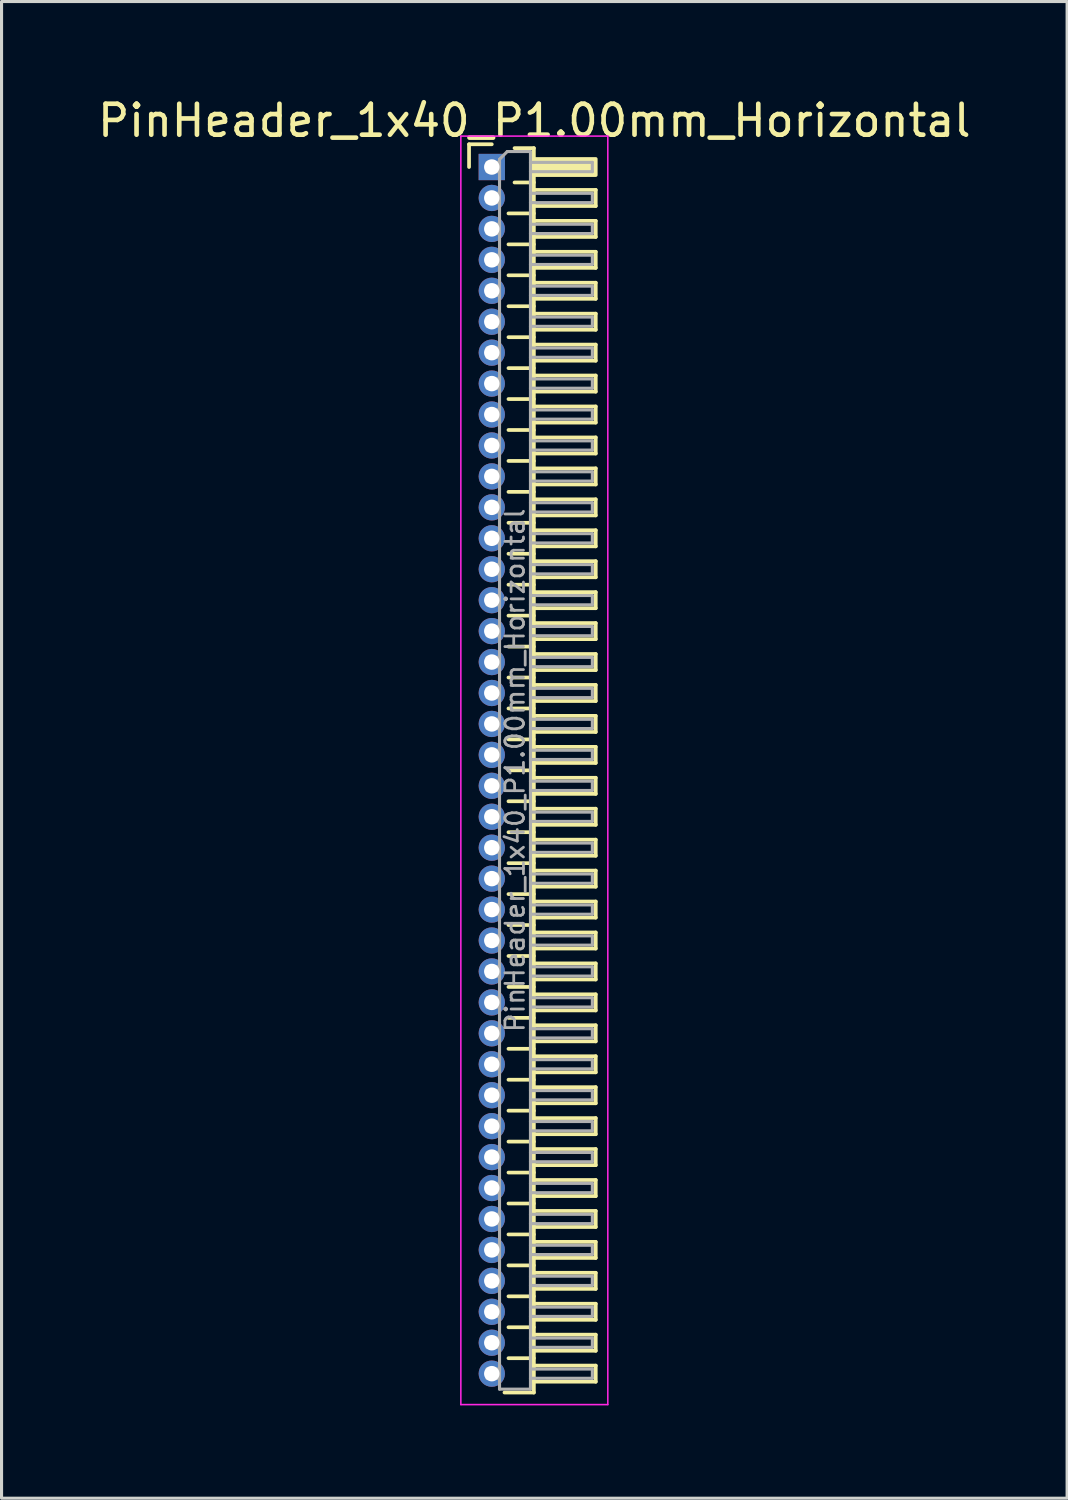
<source format=kicad_pcb>
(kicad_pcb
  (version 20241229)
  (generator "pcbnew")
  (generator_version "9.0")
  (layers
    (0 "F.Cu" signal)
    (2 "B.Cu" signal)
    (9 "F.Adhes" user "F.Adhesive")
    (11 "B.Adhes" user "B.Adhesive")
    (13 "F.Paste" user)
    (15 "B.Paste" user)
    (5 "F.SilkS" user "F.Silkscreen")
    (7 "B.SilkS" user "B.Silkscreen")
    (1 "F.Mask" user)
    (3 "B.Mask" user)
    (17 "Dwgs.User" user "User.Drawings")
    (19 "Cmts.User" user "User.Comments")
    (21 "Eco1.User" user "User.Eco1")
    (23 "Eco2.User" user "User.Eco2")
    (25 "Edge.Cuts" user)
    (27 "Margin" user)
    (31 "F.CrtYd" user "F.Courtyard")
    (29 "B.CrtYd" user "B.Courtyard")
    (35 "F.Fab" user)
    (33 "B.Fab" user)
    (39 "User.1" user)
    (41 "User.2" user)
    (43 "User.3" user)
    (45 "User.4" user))
  (footprint "PinHeader_1x40_P1.00mm_Horizontal"
    (layer "F.Cu")
    (at 12.845 2.348)
    (property "Reference" "PinHeader_1x40_P1.00mm_Horizontal" (at 1.375 -1.5 0) (layer "F.SilkS") (effects (font (size 1 1) (thickness 0.15))))
    (attr through_hole)
    (fp_line (start -0.735 -0.735) (end 0 -0.735) (stroke (width 0.12) (type solid)) (layer "F.SilkS"))
    (fp_line (start -0.735 0) (end -0.735 -0.735) (stroke (width 0.12) (type solid)) (layer "F.SilkS"))
    (fp_line (start 0.539 1.5) (end 1.36 1.5) (stroke (width 0.12) (type solid)) (layer "F.SilkS"))
    (fp_line (start 0.539 2.5) (end 1.36 2.5) (stroke (width 0.12) (type solid)) (layer "F.SilkS"))
    (fp_line (start 0.539 3.5) (end 1.36 3.5) (stroke (width 0.12) (type solid)) (layer "F.SilkS"))
    (fp_line (start 0.539 4.5) (end 1.36 4.5) (stroke (width 0.12) (type solid)) (layer "F.SilkS"))
    (fp_line (start 0.539 5.5) (end 1.36 5.5) (stroke (width 0.12) (type solid)) (layer "F.SilkS"))
    (fp_line (start 0.539 6.5) (end 1.36 6.5) (stroke (width 0.12) (type solid)) (layer "F.SilkS"))
    (fp_line (start 0.539 7.5) (end 1.36 7.5) (stroke (width 0.12) (type solid)) (layer "F.SilkS"))
    (fp_line (start 0.539 8.5) (end 1.36 8.5) (stroke (width 0.12) (type solid)) (layer "F.SilkS"))
    (fp_line (start 0.539 9.5) (end 1.36 9.5) (stroke (width 0.12) (type solid)) (layer "F.SilkS"))
    (fp_line (start 0.539 10.5) (end 1.36 10.5) (stroke (width 0.12) (type solid)) (layer "F.SilkS"))
    (fp_line (start 0.539 11.5) (end 1.36 11.5) (stroke (width 0.12) (type solid)) (layer "F.SilkS"))
    (fp_line (start 0.539 12.5) (end 1.36 12.5) (stroke (width 0.12) (type solid)) (layer "F.SilkS"))
    (fp_line (start 0.539 13.5) (end 1.36 13.5) (stroke (width 0.12) (type solid)) (layer "F.SilkS"))
    (fp_line (start 0.539 14.5) (end 1.36 14.5) (stroke (width 0.12) (type solid)) (layer "F.SilkS"))
    (fp_line (start 0.539 15.5) (end 1.36 15.5) (stroke (width 0.12) (type solid)) (layer "F.SilkS"))
    (fp_line (start 0.539 16.5) (end 1.36 16.5) (stroke (width 0.12) (type solid)) (layer "F.SilkS"))
    (fp_line (start 0.539 17.5) (end 1.36 17.5) (stroke (width 0.12) (type solid)) (layer "F.SilkS"))
    (fp_line (start 0.539 18.5) (end 1.36 18.5) (stroke (width 0.12) (type solid)) (layer "F.SilkS"))
    (fp_line (start 0.539 19.5) (end 1.36 19.5) (stroke (width 0.12) (type solid)) (layer "F.SilkS"))
    (fp_line (start 0.539 20.5) (end 1.36 20.5) (stroke (width 0.12) (type solid)) (layer "F.SilkS"))
    (fp_line (start 0.539 21.5) (end 1.36 21.5) (stroke (width 0.12) (type solid)) (layer "F.SilkS"))
    (fp_line (start 0.539 22.5) (end 1.36 22.5) (stroke (width 0.12) (type solid)) (layer "F.SilkS"))
    (fp_line (start 0.539 23.5) (end 1.36 23.5) (stroke (width 0.12) (type solid)) (layer "F.SilkS"))
    (fp_line (start 0.539 24.5) (end 1.36 24.5) (stroke (width 0.12) (type solid)) (layer "F.SilkS"))
    (fp_line (start 0.539 25.5) (end 1.36 25.5) (stroke (width 0.12) (type solid)) (layer "F.SilkS"))
    (fp_line (start 0.539 26.5) (end 1.36 26.5) (stroke (width 0.12) (type solid)) (layer "F.SilkS"))
    (fp_line (start 0.539 27.5) (end 1.36 27.5) (stroke (width 0.12) (type solid)) (layer "F.SilkS"))
    (fp_line (start 0.539 28.5) (end 1.36 28.5) (stroke (width 0.12) (type solid)) (layer "F.SilkS"))
    (fp_line (start 0.539 29.5) (end 1.36 29.5) (stroke (width 0.12) (type solid)) (layer "F.SilkS"))
    (fp_line (start 0.539 30.5) (end 1.36 30.5) (stroke (width 0.12) (type solid)) (layer "F.SilkS"))
    (fp_line (start 0.539 31.5) (end 1.36 31.5) (stroke (width 0.12) (type solid)) (layer "F.SilkS"))
    (fp_line (start 0.539 32.5) (end 1.36 32.5) (stroke (width 0.12) (type solid)) (layer "F.SilkS"))
    (fp_line (start 0.539 33.5) (end 1.36 33.5) (stroke (width 0.12) (type solid)) (layer "F.SilkS"))
    (fp_line (start 0.539 34.5) (end 1.36 34.5) (stroke (width 0.12) (type solid)) (layer "F.SilkS"))
    (fp_line (start 0.539 35.5) (end 1.36 35.5) (stroke (width 0.12) (type solid)) (layer "F.SilkS"))
    (fp_line (start 0.539 36.5) (end 1.36 36.5) (stroke (width 0.12) (type solid)) (layer "F.SilkS"))
    (fp_line (start 0.539 37.5) (end 1.36 37.5) (stroke (width 0.12) (type solid)) (layer "F.SilkS"))
    (fp_line (start 0.539 38.5) (end 1.36 38.5) (stroke (width 0.12) (type solid)) (layer "F.SilkS"))
    (fp_line (start 0.735 -0.61) (end 1.36 -0.61) (stroke (width 0.12) (type solid)) (layer "F.SilkS"))
    (fp_line (start 0.735 0.5) (end 1.36 0.5) (stroke (width 0.12) (type solid)) (layer "F.SilkS"))
    (fp_line (start 1.36 -0.61) (end 1.36 39.61) (stroke (width 0.12) (type solid)) (layer "F.SilkS"))
    (fp_line (start 1.36 0.74) (end 3.36 0.74) (stroke (width 0.12) (type solid)) (layer "F.SilkS"))
    (fp_line (start 1.36 1.74) (end 3.36 1.74) (stroke (width 0.12) (type solid)) (layer "F.SilkS"))
    (fp_line (start 1.36 2.74) (end 3.36 2.74) (stroke (width 0.12) (type solid)) (layer "F.SilkS"))
    (fp_line (start 1.36 3.74) (end 3.36 3.74) (stroke (width 0.12) (type solid)) (layer "F.SilkS"))
    (fp_line (start 1.36 4.74) (end 3.36 4.74) (stroke (width 0.12) (type solid)) (layer "F.SilkS"))
    (fp_line (start 1.36 5.74) (end 3.36 5.74) (stroke (width 0.12) (type solid)) (layer "F.SilkS"))
    (fp_line (start 1.36 6.74) (end 3.36 6.74) (stroke (width 0.12) (type solid)) (layer "F.SilkS"))
    (fp_line (start 1.36 7.74) (end 3.36 7.74) (stroke (width 0.12) (type solid)) (layer "F.SilkS"))
    (fp_line (start 1.36 8.74) (end 3.36 8.74) (stroke (width 0.12) (type solid)) (layer "F.SilkS"))
    (fp_line (start 1.36 9.74) (end 3.36 9.74) (stroke (width 0.12) (type solid)) (layer "F.SilkS"))
    (fp_line (start 1.36 10.74) (end 3.36 10.74) (stroke (width 0.12) (type solid)) (layer "F.SilkS"))
    (fp_line (start 1.36 11.74) (end 3.36 11.74) (stroke (width 0.12) (type solid)) (layer "F.SilkS"))
    (fp_line (start 1.36 12.74) (end 3.36 12.74) (stroke (width 0.12) (type solid)) (layer "F.SilkS"))
    (fp_line (start 1.36 13.74) (end 3.36 13.74) (stroke (width 0.12) (type solid)) (layer "F.SilkS"))
    (fp_line (start 1.36 14.74) (end 3.36 14.74) (stroke (width 0.12) (type solid)) (layer "F.SilkS"))
    (fp_line (start 1.36 15.74) (end 3.36 15.74) (stroke (width 0.12) (type solid)) (layer "F.SilkS"))
    (fp_line (start 1.36 16.74) (end 3.36 16.74) (stroke (width 0.12) (type solid)) (layer "F.SilkS"))
    (fp_line (start 1.36 17.74) (end 3.36 17.74) (stroke (width 0.12) (type solid)) (layer "F.SilkS"))
    (fp_line (start 1.36 18.74) (end 3.36 18.74) (stroke (width 0.12) (type solid)) (layer "F.SilkS"))
    (fp_line (start 1.36 19.74) (end 3.36 19.74) (stroke (width 0.12) (type solid)) (layer "F.SilkS"))
    (fp_line (start 1.36 20.74) (end 3.36 20.74) (stroke (width 0.12) (type solid)) (layer "F.SilkS"))
    (fp_line (start 1.36 21.74) (end 3.36 21.74) (stroke (width 0.12) (type solid)) (layer "F.SilkS"))
    (fp_line (start 1.36 22.74) (end 3.36 22.74) (stroke (width 0.12) (type solid)) (layer "F.SilkS"))
    (fp_line (start 1.36 23.74) (end 3.36 23.74) (stroke (width 0.12) (type solid)) (layer "F.SilkS"))
    (fp_line (start 1.36 24.74) (end 3.36 24.74) (stroke (width 0.12) (type solid)) (layer "F.SilkS"))
    (fp_line (start 1.36 25.74) (end 3.36 25.74) (stroke (width 0.12) (type solid)) (layer "F.SilkS"))
    (fp_line (start 1.36 26.74) (end 3.36 26.74) (stroke (width 0.12) (type solid)) (layer "F.SilkS"))
    (fp_line (start 1.36 27.74) (end 3.36 27.74) (stroke (width 0.12) (type solid)) (layer "F.SilkS"))
    (fp_line (start 1.36 28.74) (end 3.36 28.74) (stroke (width 0.12) (type solid)) (layer "F.SilkS"))
    (fp_line (start 1.36 29.74) (end 3.36 29.74) (stroke (width 0.12) (type solid)) (layer "F.SilkS"))
    (fp_line (start 1.36 30.74) (end 3.36 30.74) (stroke (width 0.12) (type solid)) (layer "F.SilkS"))
    (fp_line (start 1.36 31.74) (end 3.36 31.74) (stroke (width 0.12) (type solid)) (layer "F.SilkS"))
    (fp_line (start 1.36 32.74) (end 3.36 32.74) (stroke (width 0.12) (type solid)) (layer "F.SilkS"))
    (fp_line (start 1.36 33.74) (end 3.36 33.74) (stroke (width 0.12) (type solid)) (layer "F.SilkS"))
    (fp_line (start 1.36 34.74) (end 3.36 34.74) (stroke (width 0.12) (type solid)) (layer "F.SilkS"))
    (fp_line (start 1.36 35.74) (end 3.36 35.74) (stroke (width 0.12) (type solid)) (layer "F.SilkS"))
    (fp_line (start 1.36 36.74) (end 3.36 36.74) (stroke (width 0.12) (type solid)) (layer "F.SilkS"))
    (fp_line (start 1.36 37.74) (end 3.36 37.74) (stroke (width 0.12) (type solid)) (layer "F.SilkS"))
    (fp_line (start 1.36 38.74) (end 3.36 38.74) (stroke (width 0.12) (type solid)) (layer "F.SilkS"))
    (fp_line (start 1.36 39.61) (end 0.41 39.61) (stroke (width 0.12) (type solid)) (layer "F.SilkS"))
    (fp_line (start 3.36 0.74) (end 3.36 1.26) (stroke (width 0.12) (type solid)) (layer "F.SilkS"))
    (fp_line (start 3.36 1.26) (end 1.36 1.26) (stroke (width 0.12) (type solid)) (layer "F.SilkS"))
    (fp_line (start 3.36 1.74) (end 3.36 2.26) (stroke (width 0.12) (type solid)) (layer "F.SilkS"))
    (fp_line (start 3.36 2.26) (end 1.36 2.26) (stroke (width 0.12) (type solid)) (layer "F.SilkS"))
    (fp_line (start 3.36 2.74) (end 3.36 3.26) (stroke (width 0.12) (type solid)) (layer "F.SilkS"))
    (fp_line (start 3.36 3.26) (end 1.36 3.26) (stroke (width 0.12) (type solid)) (layer "F.SilkS"))
    (fp_line (start 3.36 3.74) (end 3.36 4.26) (stroke (width 0.12) (type solid)) (layer "F.SilkS"))
    (fp_line (start 3.36 4.26) (end 1.36 4.26) (stroke (width 0.12) (type solid)) (layer "F.SilkS"))
    (fp_line (start 3.36 4.74) (end 3.36 5.26) (stroke (width 0.12) (type solid)) (layer "F.SilkS"))
    (fp_line (start 3.36 5.26) (end 1.36 5.26) (stroke (width 0.12) (type solid)) (layer "F.SilkS"))
    (fp_line (start 3.36 5.74) (end 3.36 6.26) (stroke (width 0.12) (type solid)) (layer "F.SilkS"))
    (fp_line (start 3.36 6.26) (end 1.36 6.26) (stroke (width 0.12) (type solid)) (layer "F.SilkS"))
    (fp_line (start 3.36 6.74) (end 3.36 7.26) (stroke (width 0.12) (type solid)) (layer "F.SilkS"))
    (fp_line (start 3.36 7.26) (end 1.36 7.26) (stroke (width 0.12) (type solid)) (layer "F.SilkS"))
    (fp_line (start 3.36 7.74) (end 3.36 8.26) (stroke (width 0.12) (type solid)) (layer "F.SilkS"))
    (fp_line (start 3.36 8.26) (end 1.36 8.26) (stroke (width 0.12) (type solid)) (layer "F.SilkS"))
    (fp_line (start 3.36 8.74) (end 3.36 9.26) (stroke (width 0.12) (type solid)) (layer "F.SilkS"))
    (fp_line (start 3.36 9.26) (end 1.36 9.26) (stroke (width 0.12) (type solid)) (layer "F.SilkS"))
    (fp_line (start 3.36 9.74) (end 3.36 10.26) (stroke (width 0.12) (type solid)) (layer "F.SilkS"))
    (fp_line (start 3.36 10.26) (end 1.36 10.26) (stroke (width 0.12) (type solid)) (layer "F.SilkS"))
    (fp_line (start 3.36 10.74) (end 3.36 11.26) (stroke (width 0.12) (type solid)) (layer "F.SilkS"))
    (fp_line (start 3.36 11.26) (end 1.36 11.26) (stroke (width 0.12) (type solid)) (layer "F.SilkS"))
    (fp_line (start 3.36 11.74) (end 3.36 12.26) (stroke (width 0.12) (type solid)) (layer "F.SilkS"))
    (fp_line (start 3.36 12.26) (end 1.36 12.26) (stroke (width 0.12) (type solid)) (layer "F.SilkS"))
    (fp_line (start 3.36 12.74) (end 3.36 13.26) (stroke (width 0.12) (type solid)) (layer "F.SilkS"))
    (fp_line (start 3.36 13.26) (end 1.36 13.26) (stroke (width 0.12) (type solid)) (layer "F.SilkS"))
    (fp_line (start 3.36 13.74) (end 3.36 14.26) (stroke (width 0.12) (type solid)) (layer "F.SilkS"))
    (fp_line (start 3.36 14.26) (end 1.36 14.26) (stroke (width 0.12) (type solid)) (layer "F.SilkS"))
    (fp_line (start 3.36 14.74) (end 3.36 15.26) (stroke (width 0.12) (type solid)) (layer "F.SilkS"))
    (fp_line (start 3.36 15.26) (end 1.36 15.26) (stroke (width 0.12) (type solid)) (layer "F.SilkS"))
    (fp_line (start 3.36 15.74) (end 3.36 16.26) (stroke (width 0.12) (type solid)) (layer "F.SilkS"))
    (fp_line (start 3.36 16.26) (end 1.36 16.26) (stroke (width 0.12) (type solid)) (layer "F.SilkS"))
    (fp_line (start 3.36 16.74) (end 3.36 17.26) (stroke (width 0.12) (type solid)) (layer "F.SilkS"))
    (fp_line (start 3.36 17.26) (end 1.36 17.26) (stroke (width 0.12) (type solid)) (layer "F.SilkS"))
    (fp_line (start 3.36 17.74) (end 3.36 18.26) (stroke (width 0.12) (type solid)) (layer "F.SilkS"))
    (fp_line (start 3.36 18.26) (end 1.36 18.26) (stroke (width 0.12) (type solid)) (layer "F.SilkS"))
    (fp_line (start 3.36 18.74) (end 3.36 19.26) (stroke (width 0.12) (type solid)) (layer "F.SilkS"))
    (fp_line (start 3.36 19.26) (end 1.36 19.26) (stroke (width 0.12) (type solid)) (layer "F.SilkS"))
    (fp_line (start 3.36 19.74) (end 3.36 20.26) (stroke (width 0.12) (type solid)) (layer "F.SilkS"))
    (fp_line (start 3.36 20.26) (end 1.36 20.26) (stroke (width 0.12) (type solid)) (layer "F.SilkS"))
    (fp_line (start 3.36 20.74) (end 3.36 21.26) (stroke (width 0.12) (type solid)) (layer "F.SilkS"))
    (fp_line (start 3.36 21.26) (end 1.36 21.26) (stroke (width 0.12) (type solid)) (layer "F.SilkS"))
    (fp_line (start 3.36 21.74) (end 3.36 22.26) (stroke (width 0.12) (type solid)) (layer "F.SilkS"))
    (fp_line (start 3.36 22.26) (end 1.36 22.26) (stroke (width 0.12) (type solid)) (layer "F.SilkS"))
    (fp_line (start 3.36 22.74) (end 3.36 23.26) (stroke (width 0.12) (type solid)) (layer "F.SilkS"))
    (fp_line (start 3.36 23.26) (end 1.36 23.26) (stroke (width 0.12) (type solid)) (layer "F.SilkS"))
    (fp_line (start 3.36 23.74) (end 3.36 24.26) (stroke (width 0.12) (type solid)) (layer "F.SilkS"))
    (fp_line (start 3.36 24.26) (end 1.36 24.26) (stroke (width 0.12) (type solid)) (layer "F.SilkS"))
    (fp_line (start 3.36 24.74) (end 3.36 25.26) (stroke (width 0.12) (type solid)) (layer "F.SilkS"))
    (fp_line (start 3.36 25.26) (end 1.36 25.26) (stroke (width 0.12) (type solid)) (layer "F.SilkS"))
    (fp_line (start 3.36 25.74) (end 3.36 26.26) (stroke (width 0.12) (type solid)) (layer "F.SilkS"))
    (fp_line (start 3.36 26.26) (end 1.36 26.26) (stroke (width 0.12) (type solid)) (layer "F.SilkS"))
    (fp_line (start 3.36 26.74) (end 3.36 27.26) (stroke (width 0.12) (type solid)) (layer "F.SilkS"))
    (fp_line (start 3.36 27.26) (end 1.36 27.26) (stroke (width 0.12) (type solid)) (layer "F.SilkS"))
    (fp_line (start 3.36 27.74) (end 3.36 28.26) (stroke (width 0.12) (type solid)) (layer "F.SilkS"))
    (fp_line (start 3.36 28.26) (end 1.36 28.26) (stroke (width 0.12) (type solid)) (layer "F.SilkS"))
    (fp_line (start 3.36 28.74) (end 3.36 29.26) (stroke (width 0.12) (type solid)) (layer "F.SilkS"))
    (fp_line (start 3.36 29.26) (end 1.36 29.26) (stroke (width 0.12) (type solid)) (layer "F.SilkS"))
    (fp_line (start 3.36 29.74) (end 3.36 30.26) (stroke (width 0.12) (type solid)) (layer "F.SilkS"))
    (fp_line (start 3.36 30.26) (end 1.36 30.26) (stroke (width 0.12) (type solid)) (layer "F.SilkS"))
    (fp_line (start 3.36 30.74) (end 3.36 31.26) (stroke (width 0.12) (type solid)) (layer "F.SilkS"))
    (fp_line (start 3.36 31.26) (end 1.36 31.26) (stroke (width 0.12) (type solid)) (layer "F.SilkS"))
    (fp_line (start 3.36 31.74) (end 3.36 32.26) (stroke (width 0.12) (type solid)) (layer "F.SilkS"))
    (fp_line (start 3.36 32.26) (end 1.36 32.26) (stroke (width 0.12) (type solid)) (layer "F.SilkS"))
    (fp_line (start 3.36 32.74) (end 3.36 33.26) (stroke (width 0.12) (type solid)) (layer "F.SilkS"))
    (fp_line (start 3.36 33.26) (end 1.36 33.26) (stroke (width 0.12) (type solid)) (layer "F.SilkS"))
    (fp_line (start 3.36 33.74) (end 3.36 34.26) (stroke (width 0.12) (type solid)) (layer "F.SilkS"))
    (fp_line (start 3.36 34.26) (end 1.36 34.26) (stroke (width 0.12) (type solid)) (layer "F.SilkS"))
    (fp_line (start 3.36 34.74) (end 3.36 35.26) (stroke (width 0.12) (type solid)) (layer "F.SilkS"))
    (fp_line (start 3.36 35.26) (end 1.36 35.26) (stroke (width 0.12) (type solid)) (layer "F.SilkS"))
    (fp_line (start 3.36 35.74) (end 3.36 36.26) (stroke (width 0.12) (type solid)) (layer "F.SilkS"))
    (fp_line (start 3.36 36.26) (end 1.36 36.26) (stroke (width 0.12) (type solid)) (layer "F.SilkS"))
    (fp_line (start 3.36 36.74) (end 3.36 37.26) (stroke (width 0.12) (type solid)) (layer "F.SilkS"))
    (fp_line (start 3.36 37.26) (end 1.36 37.26) (stroke (width 0.12) (type solid)) (layer "F.SilkS"))
    (fp_line (start 3.36 37.74) (end 3.36 38.26) (stroke (width 0.12) (type solid)) (layer "F.SilkS"))
    (fp_line (start 3.36 38.26) (end 1.36 38.26) (stroke (width 0.12) (type solid)) (layer "F.SilkS"))
    (fp_line (start 3.36 38.74) (end 3.36 39.26) (stroke (width 0.12) (type solid)) (layer "F.SilkS"))
    (fp_line (start 3.36 39.26) (end 1.36 39.26) (stroke (width 0.12) (type solid)) (layer "F.SilkS"))
    (fp_rect (start 1.36 -0.26) (end 3.36 0.26) (stroke (width 0.12) (type solid)) (fill yes) (layer "F.SilkS"))
    (fp_line (start -1 -1) (end -1 40) (stroke (width 0.05) (type solid)) (layer "F.CrtYd"))
    (fp_line (start -1 40) (end 3.75 40) (stroke (width 0.05) (type solid)) (layer "F.CrtYd"))
    (fp_line (start 3.75 -1) (end -1 -1) (stroke (width 0.05) (type solid)) (layer "F.CrtYd"))
    (fp_line (start 3.75 40) (end 3.75 -1) (stroke (width 0.05) (type solid)) (layer "F.CrtYd"))
    (fp_line (start -0.15 -0.15) (end -0.15 0.15) (stroke (width 0.1) (type solid)) (layer "F.Fab"))
    (fp_line (start -0.15 -0.15) (end 0.25 -0.15) (stroke (width 0.1) (type solid)) (layer "F.Fab"))
    (fp_line (start -0.15 0.15) (end 0.25 0.15) (stroke (width 0.1) (type solid)) (layer "F.Fab"))
    (fp_line (start -0.15 0.85) (end -0.15 1.15) (stroke (width 0.1) (type solid)) (layer "F.Fab"))
    (fp_line (start -0.15 0.85) (end 0.25 0.85) (stroke (width 0.1) (type solid)) (layer "F.Fab"))
    (fp_line (start -0.15 1.15) (end 0.25 1.15) (stroke (width 0.1) (type solid)) (layer "F.Fab"))
    (fp_line (start -0.15 1.85) (end -0.15 2.15) (stroke (width 0.1) (type solid)) (layer "F.Fab"))
    (fp_line (start -0.15 1.85) (end 0.25 1.85) (stroke (width 0.1) (type solid)) (layer "F.Fab"))
    (fp_line (start -0.15 2.15) (end 0.25 2.15) (stroke (width 0.1) (type solid)) (layer "F.Fab"))
    (fp_line (start -0.15 2.85) (end -0.15 3.15) (stroke (width 0.1) (type solid)) (layer "F.Fab"))
    (fp_line (start -0.15 2.85) (end 0.25 2.85) (stroke (width 0.1) (type solid)) (layer "F.Fab"))
    (fp_line (start -0.15 3.15) (end 0.25 3.15) (stroke (width 0.1) (type solid)) (layer "F.Fab"))
    (fp_line (start -0.15 3.85) (end -0.15 4.15) (stroke (width 0.1) (type solid)) (layer "F.Fab"))
    (fp_line (start -0.15 3.85) (end 0.25 3.85) (stroke (width 0.1) (type solid)) (layer "F.Fab"))
    (fp_line (start -0.15 4.15) (end 0.25 4.15) (stroke (width 0.1) (type solid)) (layer "F.Fab"))
    (fp_line (start -0.15 4.85) (end -0.15 5.15) (stroke (width 0.1) (type solid)) (layer "F.Fab"))
    (fp_line (start -0.15 4.85) (end 0.25 4.85) (stroke (width 0.1) (type solid)) (layer "F.Fab"))
    (fp_line (start -0.15 5.15) (end 0.25 5.15) (stroke (width 0.1) (type solid)) (layer "F.Fab"))
    (fp_line (start -0.15 5.85) (end -0.15 6.15) (stroke (width 0.1) (type solid)) (layer "F.Fab"))
    (fp_line (start -0.15 5.85) (end 0.25 5.85) (stroke (width 0.1) (type solid)) (layer "F.Fab"))
    (fp_line (start -0.15 6.15) (end 0.25 6.15) (stroke (width 0.1) (type solid)) (layer "F.Fab"))
    (fp_line (start -0.15 6.85) (end -0.15 7.15) (stroke (width 0.1) (type solid)) (layer "F.Fab"))
    (fp_line (start -0.15 6.85) (end 0.25 6.85) (stroke (width 0.1) (type solid)) (layer "F.Fab"))
    (fp_line (start -0.15 7.15) (end 0.25 7.15) (stroke (width 0.1) (type solid)) (layer "F.Fab"))
    (fp_line (start -0.15 7.85) (end -0.15 8.15) (stroke (width 0.1) (type solid)) (layer "F.Fab"))
    (fp_line (start -0.15 7.85) (end 0.25 7.85) (stroke (width 0.1) (type solid)) (layer "F.Fab"))
    (fp_line (start -0.15 8.15) (end 0.25 8.15) (stroke (width 0.1) (type solid)) (layer "F.Fab"))
    (fp_line (start -0.15 8.85) (end -0.15 9.15) (stroke (width 0.1) (type solid)) (layer "F.Fab"))
    (fp_line (start -0.15 8.85) (end 0.25 8.85) (stroke (width 0.1) (type solid)) (layer "F.Fab"))
    (fp_line (start -0.15 9.15) (end 0.25 9.15) (stroke (width 0.1) (type solid)) (layer "F.Fab"))
    (fp_line (start -0.15 9.85) (end -0.15 10.15) (stroke (width 0.1) (type solid)) (layer "F.Fab"))
    (fp_line (start -0.15 9.85) (end 0.25 9.85) (stroke (width 0.1) (type solid)) (layer "F.Fab"))
    (fp_line (start -0.15 10.15) (end 0.25 10.15) (stroke (width 0.1) (type solid)) (layer "F.Fab"))
    (fp_line (start -0.15 10.85) (end -0.15 11.15) (stroke (width 0.1) (type solid)) (layer "F.Fab"))
    (fp_line (start -0.15 10.85) (end 0.25 10.85) (stroke (width 0.1) (type solid)) (layer "F.Fab"))
    (fp_line (start -0.15 11.15) (end 0.25 11.15) (stroke (width 0.1) (type solid)) (layer "F.Fab"))
    (fp_line (start -0.15 11.85) (end -0.15 12.15) (stroke (width 0.1) (type solid)) (layer "F.Fab"))
    (fp_line (start -0.15 11.85) (end 0.25 11.85) (stroke (width 0.1) (type solid)) (layer "F.Fab"))
    (fp_line (start -0.15 12.15) (end 0.25 12.15) (stroke (width 0.1) (type solid)) (layer "F.Fab"))
    (fp_line (start -0.15 12.85) (end -0.15 13.15) (stroke (width 0.1) (type solid)) (layer "F.Fab"))
    (fp_line (start -0.15 12.85) (end 0.25 12.85) (stroke (width 0.1) (type solid)) (layer "F.Fab"))
    (fp_line (start -0.15 13.15) (end 0.25 13.15) (stroke (width 0.1) (type solid)) (layer "F.Fab"))
    (fp_line (start -0.15 13.85) (end -0.15 14.15) (stroke (width 0.1) (type solid)) (layer "F.Fab"))
    (fp_line (start -0.15 13.85) (end 0.25 13.85) (stroke (width 0.1) (type solid)) (layer "F.Fab"))
    (fp_line (start -0.15 14.15) (end 0.25 14.15) (stroke (width 0.1) (type solid)) (layer "F.Fab"))
    (fp_line (start -0.15 14.85) (end -0.15 15.15) (stroke (width 0.1) (type solid)) (layer "F.Fab"))
    (fp_line (start -0.15 14.85) (end 0.25 14.85) (stroke (width 0.1) (type solid)) (layer "F.Fab"))
    (fp_line (start -0.15 15.15) (end 0.25 15.15) (stroke (width 0.1) (type solid)) (layer "F.Fab"))
    (fp_line (start -0.15 15.85) (end -0.15 16.15) (stroke (width 0.1) (type solid)) (layer "F.Fab"))
    (fp_line (start -0.15 15.85) (end 0.25 15.85) (stroke (width 0.1) (type solid)) (layer "F.Fab"))
    (fp_line (start -0.15 16.15) (end 0.25 16.15) (stroke (width 0.1) (type solid)) (layer "F.Fab"))
    (fp_line (start -0.15 16.85) (end -0.15 17.15) (stroke (width 0.1) (type solid)) (layer "F.Fab"))
    (fp_line (start -0.15 16.85) (end 0.25 16.85) (stroke (width 0.1) (type solid)) (layer "F.Fab"))
    (fp_line (start -0.15 17.15) (end 0.25 17.15) (stroke (width 0.1) (type solid)) (layer "F.Fab"))
    (fp_line (start -0.15 17.85) (end -0.15 18.15) (stroke (width 0.1) (type solid)) (layer "F.Fab"))
    (fp_line (start -0.15 17.85) (end 0.25 17.85) (stroke (width 0.1) (type solid)) (layer "F.Fab"))
    (fp_line (start -0.15 18.15) (end 0.25 18.15) (stroke (width 0.1) (type solid)) (layer "F.Fab"))
    (fp_line (start -0.15 18.85) (end -0.15 19.15) (stroke (width 0.1) (type solid)) (layer "F.Fab"))
    (fp_line (start -0.15 18.85) (end 0.25 18.85) (stroke (width 0.1) (type solid)) (layer "F.Fab"))
    (fp_line (start -0.15 19.15) (end 0.25 19.15) (stroke (width 0.1) (type solid)) (layer "F.Fab"))
    (fp_line (start -0.15 19.85) (end -0.15 20.15) (stroke (width 0.1) (type solid)) (layer "F.Fab"))
    (fp_line (start -0.15 19.85) (end 0.25 19.85) (stroke (width 0.1) (type solid)) (layer "F.Fab"))
    (fp_line (start -0.15 20.15) (end 0.25 20.15) (stroke (width 0.1) (type solid)) (layer "F.Fab"))
    (fp_line (start -0.15 20.85) (end -0.15 21.15) (stroke (width 0.1) (type solid)) (layer "F.Fab"))
    (fp_line (start -0.15 20.85) (end 0.25 20.85) (stroke (width 0.1) (type solid)) (layer "F.Fab"))
    (fp_line (start -0.15 21.15) (end 0.25 21.15) (stroke (width 0.1) (type solid)) (layer "F.Fab"))
    (fp_line (start -0.15 21.85) (end -0.15 22.15) (stroke (width 0.1) (type solid)) (layer "F.Fab"))
    (fp_line (start -0.15 21.85) (end 0.25 21.85) (stroke (width 0.1) (type solid)) (layer "F.Fab"))
    (fp_line (start -0.15 22.15) (end 0.25 22.15) (stroke (width 0.1) (type solid)) (layer "F.Fab"))
    (fp_line (start -0.15 22.85) (end -0.15 23.15) (stroke (width 0.1) (type solid)) (layer "F.Fab"))
    (fp_line (start -0.15 22.85) (end 0.25 22.85) (stroke (width 0.1) (type solid)) (layer "F.Fab"))
    (fp_line (start -0.15 23.15) (end 0.25 23.15) (stroke (width 0.1) (type solid)) (layer "F.Fab"))
    (fp_line (start -0.15 23.85) (end -0.15 24.15) (stroke (width 0.1) (type solid)) (layer "F.Fab"))
    (fp_line (start -0.15 23.85) (end 0.25 23.85) (stroke (width 0.1) (type solid)) (layer "F.Fab"))
    (fp_line (start -0.15 24.15) (end 0.25 24.15) (stroke (width 0.1) (type solid)) (layer "F.Fab"))
    (fp_line (start -0.15 24.85) (end -0.15 25.15) (stroke (width 0.1) (type solid)) (layer "F.Fab"))
    (fp_line (start -0.15 24.85) (end 0.25 24.85) (stroke (width 0.1) (type solid)) (layer "F.Fab"))
    (fp_line (start -0.15 25.15) (end 0.25 25.15) (stroke (width 0.1) (type solid)) (layer "F.Fab"))
    (fp_line (start -0.15 25.85) (end -0.15 26.15) (stroke (width 0.1) (type solid)) (layer "F.Fab"))
    (fp_line (start -0.15 25.85) (end 0.25 25.85) (stroke (width 0.1) (type solid)) (layer "F.Fab"))
    (fp_line (start -0.15 26.15) (end 0.25 26.15) (stroke (width 0.1) (type solid)) (layer "F.Fab"))
    (fp_line (start -0.15 26.85) (end -0.15 27.15) (stroke (width 0.1) (type solid)) (layer "F.Fab"))
    (fp_line (start -0.15 26.85) (end 0.25 26.85) (stroke (width 0.1) (type solid)) (layer "F.Fab"))
    (fp_line (start -0.15 27.15) (end 0.25 27.15) (stroke (width 0.1) (type solid)) (layer "F.Fab"))
    (fp_line (start -0.15 27.85) (end -0.15 28.15) (stroke (width 0.1) (type solid)) (layer "F.Fab"))
    (fp_line (start -0.15 27.85) (end 0.25 27.85) (stroke (width 0.1) (type solid)) (layer "F.Fab"))
    (fp_line (start -0.15 28.15) (end 0.25 28.15) (stroke (width 0.1) (type solid)) (layer "F.Fab"))
    (fp_line (start -0.15 28.85) (end -0.15 29.15) (stroke (width 0.1) (type solid)) (layer "F.Fab"))
    (fp_line (start -0.15 28.85) (end 0.25 28.85) (stroke (width 0.1) (type solid)) (layer "F.Fab"))
    (fp_line (start -0.15 29.15) (end 0.25 29.15) (stroke (width 0.1) (type solid)) (layer "F.Fab"))
    (fp_line (start -0.15 29.85) (end -0.15 30.15) (stroke (width 0.1) (type solid)) (layer "F.Fab"))
    (fp_line (start -0.15 29.85) (end 0.25 29.85) (stroke (width 0.1) (type solid)) (layer "F.Fab"))
    (fp_line (start -0.15 30.15) (end 0.25 30.15) (stroke (width 0.1) (type solid)) (layer "F.Fab"))
    (fp_line (start -0.15 30.85) (end -0.15 31.15) (stroke (width 0.1) (type solid)) (layer "F.Fab"))
    (fp_line (start -0.15 30.85) (end 0.25 30.85) (stroke (width 0.1) (type solid)) (layer "F.Fab"))
    (fp_line (start -0.15 31.15) (end 0.25 31.15) (stroke (width 0.1) (type solid)) (layer "F.Fab"))
    (fp_line (start -0.15 31.85) (end -0.15 32.15) (stroke (width 0.1) (type solid)) (layer "F.Fab"))
    (fp_line (start -0.15 31.85) (end 0.25 31.85) (stroke (width 0.1) (type solid)) (layer "F.Fab"))
    (fp_line (start -0.15 32.15) (end 0.25 32.15) (stroke (width 0.1) (type solid)) (layer "F.Fab"))
    (fp_line (start -0.15 32.85) (end -0.15 33.15) (stroke (width 0.1) (type solid)) (layer "F.Fab"))
    (fp_line (start -0.15 32.85) (end 0.25 32.85) (stroke (width 0.1) (type solid)) (layer "F.Fab"))
    (fp_line (start -0.15 33.15) (end 0.25 33.15) (stroke (width 0.1) (type solid)) (layer "F.Fab"))
    (fp_line (start -0.15 33.85) (end -0.15 34.15) (stroke (width 0.1) (type solid)) (layer "F.Fab"))
    (fp_line (start -0.15 33.85) (end 0.25 33.85) (stroke (width 0.1) (type solid)) (layer "F.Fab"))
    (fp_line (start -0.15 34.15) (end 0.25 34.15) (stroke (width 0.1) (type solid)) (layer "F.Fab"))
    (fp_line (start -0.15 34.85) (end -0.15 35.15) (stroke (width 0.1) (type solid)) (layer "F.Fab"))
    (fp_line (start -0.15 34.85) (end 0.25 34.85) (stroke (width 0.1) (type solid)) (layer "F.Fab"))
    (fp_line (start -0.15 35.15) (end 0.25 35.15) (stroke (width 0.1) (type solid)) (layer "F.Fab"))
    (fp_line (start -0.15 35.85) (end -0.15 36.15) (stroke (width 0.1) (type solid)) (layer "F.Fab"))
    (fp_line (start -0.15 35.85) (end 0.25 35.85) (stroke (width 0.1) (type solid)) (layer "F.Fab"))
    (fp_line (start -0.15 36.15) (end 0.25 36.15) (stroke (width 0.1) (type solid)) (layer "F.Fab"))
    (fp_line (start -0.15 36.85) (end -0.15 37.15) (stroke (width 0.1) (type solid)) (layer "F.Fab"))
    (fp_line (start -0.15 36.85) (end 0.25 36.85) (stroke (width 0.1) (type solid)) (layer "F.Fab"))
    (fp_line (start -0.15 37.15) (end 0.25 37.15) (stroke (width 0.1) (type solid)) (layer "F.Fab"))
    (fp_line (start -0.15 37.85) (end -0.15 38.15) (stroke (width 0.1) (type solid)) (layer "F.Fab"))
    (fp_line (start -0.15 37.85) (end 0.25 37.85) (stroke (width 0.1) (type solid)) (layer "F.Fab"))
    (fp_line (start -0.15 38.15) (end 0.25 38.15) (stroke (width 0.1) (type solid)) (layer "F.Fab"))
    (fp_line (start -0.15 38.85) (end -0.15 39.15) (stroke (width 0.1) (type solid)) (layer "F.Fab"))
    (fp_line (start -0.15 38.85) (end 0.25 38.85) (stroke (width 0.1) (type solid)) (layer "F.Fab"))
    (fp_line (start -0.15 39.15) (end 0.25 39.15) (stroke (width 0.1) (type solid)) (layer "F.Fab"))
    (fp_line (start 0.25 -0.25) (end 0.5 -0.5) (stroke (width 0.1) (type solid)) (layer "F.Fab"))
    (fp_line (start 0.25 39.5) (end 0.25 -0.25) (stroke (width 0.1) (type solid)) (layer "F.Fab"))
    (fp_line (start 0.5 -0.5) (end 1.25 -0.5) (stroke (width 0.1) (type solid)) (layer "F.Fab"))
    (fp_line (start 1.25 -0.5) (end 1.25 39.5) (stroke (width 0.1) (type solid)) (layer "F.Fab"))
    (fp_line (start 1.25 -0.15) (end 3.25 -0.15) (stroke (width 0.1) (type solid)) (layer "F.Fab"))
    (fp_line (start 1.25 0.15) (end 3.25 0.15) (stroke (width 0.1) (type solid)) (layer "F.Fab"))
    (fp_line (start 1.25 0.85) (end 3.25 0.85) (stroke (width 0.1) (type solid)) (layer "F.Fab"))
    (fp_line (start 1.25 1.15) (end 3.25 1.15) (stroke (width 0.1) (type solid)) (layer "F.Fab"))
    (fp_line (start 1.25 1.85) (end 3.25 1.85) (stroke (width 0.1) (type solid)) (layer "F.Fab"))
    (fp_line (start 1.25 2.15) (end 3.25 2.15) (stroke (width 0.1) (type solid)) (layer "F.Fab"))
    (fp_line (start 1.25 2.85) (end 3.25 2.85) (stroke (width 0.1) (type solid)) (layer "F.Fab"))
    (fp_line (start 1.25 3.15) (end 3.25 3.15) (stroke (width 0.1) (type solid)) (layer "F.Fab"))
    (fp_line (start 1.25 3.85) (end 3.25 3.85) (stroke (width 0.1) (type solid)) (layer "F.Fab"))
    (fp_line (start 1.25 4.15) (end 3.25 4.15) (stroke (width 0.1) (type solid)) (layer "F.Fab"))
    (fp_line (start 1.25 4.85) (end 3.25 4.85) (stroke (width 0.1) (type solid)) (layer "F.Fab"))
    (fp_line (start 1.25 5.15) (end 3.25 5.15) (stroke (width 0.1) (type solid)) (layer "F.Fab"))
    (fp_line (start 1.25 5.85) (end 3.25 5.85) (stroke (width 0.1) (type solid)) (layer "F.Fab"))
    (fp_line (start 1.25 6.15) (end 3.25 6.15) (stroke (width 0.1) (type solid)) (layer "F.Fab"))
    (fp_line (start 1.25 6.85) (end 3.25 6.85) (stroke (width 0.1) (type solid)) (layer "F.Fab"))
    (fp_line (start 1.25 7.15) (end 3.25 7.15) (stroke (width 0.1) (type solid)) (layer "F.Fab"))
    (fp_line (start 1.25 7.85) (end 3.25 7.85) (stroke (width 0.1) (type solid)) (layer "F.Fab"))
    (fp_line (start 1.25 8.15) (end 3.25 8.15) (stroke (width 0.1) (type solid)) (layer "F.Fab"))
    (fp_line (start 1.25 8.85) (end 3.25 8.85) (stroke (width 0.1) (type solid)) (layer "F.Fab"))
    (fp_line (start 1.25 9.15) (end 3.25 9.15) (stroke (width 0.1) (type solid)) (layer "F.Fab"))
    (fp_line (start 1.25 9.85) (end 3.25 9.85) (stroke (width 0.1) (type solid)) (layer "F.Fab"))
    (fp_line (start 1.25 10.15) (end 3.25 10.15) (stroke (width 0.1) (type solid)) (layer "F.Fab"))
    (fp_line (start 1.25 10.85) (end 3.25 10.85) (stroke (width 0.1) (type solid)) (layer "F.Fab"))
    (fp_line (start 1.25 11.15) (end 3.25 11.15) (stroke (width 0.1) (type solid)) (layer "F.Fab"))
    (fp_line (start 1.25 11.85) (end 3.25 11.85) (stroke (width 0.1) (type solid)) (layer "F.Fab"))
    (fp_line (start 1.25 12.15) (end 3.25 12.15) (stroke (width 0.1) (type solid)) (layer "F.Fab"))
    (fp_line (start 1.25 12.85) (end 3.25 12.85) (stroke (width 0.1) (type solid)) (layer "F.Fab"))
    (fp_line (start 1.25 13.15) (end 3.25 13.15) (stroke (width 0.1) (type solid)) (layer "F.Fab"))
    (fp_line (start 1.25 13.85) (end 3.25 13.85) (stroke (width 0.1) (type solid)) (layer "F.Fab"))
    (fp_line (start 1.25 14.15) (end 3.25 14.15) (stroke (width 0.1) (type solid)) (layer "F.Fab"))
    (fp_line (start 1.25 14.85) (end 3.25 14.85) (stroke (width 0.1) (type solid)) (layer "F.Fab"))
    (fp_line (start 1.25 15.15) (end 3.25 15.15) (stroke (width 0.1) (type solid)) (layer "F.Fab"))
    (fp_line (start 1.25 15.85) (end 3.25 15.85) (stroke (width 0.1) (type solid)) (layer "F.Fab"))
    (fp_line (start 1.25 16.15) (end 3.25 16.15) (stroke (width 0.1) (type solid)) (layer "F.Fab"))
    (fp_line (start 1.25 16.85) (end 3.25 16.85) (stroke (width 0.1) (type solid)) (layer "F.Fab"))
    (fp_line (start 1.25 17.15) (end 3.25 17.15) (stroke (width 0.1) (type solid)) (layer "F.Fab"))
    (fp_line (start 1.25 17.85) (end 3.25 17.85) (stroke (width 0.1) (type solid)) (layer "F.Fab"))
    (fp_line (start 1.25 18.15) (end 3.25 18.15) (stroke (width 0.1) (type solid)) (layer "F.Fab"))
    (fp_line (start 1.25 18.85) (end 3.25 18.85) (stroke (width 0.1) (type solid)) (layer "F.Fab"))
    (fp_line (start 1.25 19.15) (end 3.25 19.15) (stroke (width 0.1) (type solid)) (layer "F.Fab"))
    (fp_line (start 1.25 19.85) (end 3.25 19.85) (stroke (width 0.1) (type solid)) (layer "F.Fab"))
    (fp_line (start 1.25 20.15) (end 3.25 20.15) (stroke (width 0.1) (type solid)) (layer "F.Fab"))
    (fp_line (start 1.25 20.85) (end 3.25 20.85) (stroke (width 0.1) (type solid)) (layer "F.Fab"))
    (fp_line (start 1.25 21.15) (end 3.25 21.15) (stroke (width 0.1) (type solid)) (layer "F.Fab"))
    (fp_line (start 1.25 21.85) (end 3.25 21.85) (stroke (width 0.1) (type solid)) (layer "F.Fab"))
    (fp_line (start 1.25 22.15) (end 3.25 22.15) (stroke (width 0.1) (type solid)) (layer "F.Fab"))
    (fp_line (start 1.25 22.85) (end 3.25 22.85) (stroke (width 0.1) (type solid)) (layer "F.Fab"))
    (fp_line (start 1.25 23.15) (end 3.25 23.15) (stroke (width 0.1) (type solid)) (layer "F.Fab"))
    (fp_line (start 1.25 23.85) (end 3.25 23.85) (stroke (width 0.1) (type solid)) (layer "F.Fab"))
    (fp_line (start 1.25 24.15) (end 3.25 24.15) (stroke (width 0.1) (type solid)) (layer "F.Fab"))
    (fp_line (start 1.25 24.85) (end 3.25 24.85) (stroke (width 0.1) (type solid)) (layer "F.Fab"))
    (fp_line (start 1.25 25.15) (end 3.25 25.15) (stroke (width 0.1) (type solid)) (layer "F.Fab"))
    (fp_line (start 1.25 25.85) (end 3.25 25.85) (stroke (width 0.1) (type solid)) (layer "F.Fab"))
    (fp_line (start 1.25 26.15) (end 3.25 26.15) (stroke (width 0.1) (type solid)) (layer "F.Fab"))
    (fp_line (start 1.25 26.85) (end 3.25 26.85) (stroke (width 0.1) (type solid)) (layer "F.Fab"))
    (fp_line (start 1.25 27.15) (end 3.25 27.15) (stroke (width 0.1) (type solid)) (layer "F.Fab"))
    (fp_line (start 1.25 27.85) (end 3.25 27.85) (stroke (width 0.1) (type solid)) (layer "F.Fab"))
    (fp_line (start 1.25 28.15) (end 3.25 28.15) (stroke (width 0.1) (type solid)) (layer "F.Fab"))
    (fp_line (start 1.25 28.85) (end 3.25 28.85) (stroke (width 0.1) (type solid)) (layer "F.Fab"))
    (fp_line (start 1.25 29.15) (end 3.25 29.15) (stroke (width 0.1) (type solid)) (layer "F.Fab"))
    (fp_line (start 1.25 29.85) (end 3.25 29.85) (stroke (width 0.1) (type solid)) (layer "F.Fab"))
    (fp_line (start 1.25 30.15) (end 3.25 30.15) (stroke (width 0.1) (type solid)) (layer "F.Fab"))
    (fp_line (start 1.25 30.85) (end 3.25 30.85) (stroke (width 0.1) (type solid)) (layer "F.Fab"))
    (fp_line (start 1.25 31.15) (end 3.25 31.15) (stroke (width 0.1) (type solid)) (layer "F.Fab"))
    (fp_line (start 1.25 31.85) (end 3.25 31.85) (stroke (width 0.1) (type solid)) (layer "F.Fab"))
    (fp_line (start 1.25 32.15) (end 3.25 32.15) (stroke (width 0.1) (type solid)) (layer "F.Fab"))
    (fp_line (start 1.25 32.85) (end 3.25 32.85) (stroke (width 0.1) (type solid)) (layer "F.Fab"))
    (fp_line (start 1.25 33.15) (end 3.25 33.15) (stroke (width 0.1) (type solid)) (layer "F.Fab"))
    (fp_line (start 1.25 33.85) (end 3.25 33.85) (stroke (width 0.1) (type solid)) (layer "F.Fab"))
    (fp_line (start 1.25 34.15) (end 3.25 34.15) (stroke (width 0.1) (type solid)) (layer "F.Fab"))
    (fp_line (start 1.25 34.85) (end 3.25 34.85) (stroke (width 0.1) (type solid)) (layer "F.Fab"))
    (fp_line (start 1.25 35.15) (end 3.25 35.15) (stroke (width 0.1) (type solid)) (layer "F.Fab"))
    (fp_line (start 1.25 35.85) (end 3.25 35.85) (stroke (width 0.1) (type solid)) (layer "F.Fab"))
    (fp_line (start 1.25 36.15) (end 3.25 36.15) (stroke (width 0.1) (type solid)) (layer "F.Fab"))
    (fp_line (start 1.25 36.85) (end 3.25 36.85) (stroke (width 0.1) (type solid)) (layer "F.Fab"))
    (fp_line (start 1.25 37.15) (end 3.25 37.15) (stroke (width 0.1) (type solid)) (layer "F.Fab"))
    (fp_line (start 1.25 37.85) (end 3.25 37.85) (stroke (width 0.1) (type solid)) (layer "F.Fab"))
    (fp_line (start 1.25 38.15) (end 3.25 38.15) (stroke (width 0.1) (type solid)) (layer "F.Fab"))
    (fp_line (start 1.25 38.85) (end 3.25 38.85) (stroke (width 0.1) (type solid)) (layer "F.Fab"))
    (fp_line (start 1.25 39.15) (end 3.25 39.15) (stroke (width 0.1) (type solid)) (layer "F.Fab"))
    (fp_line (start 1.25 39.5) (end 0.25 39.5) (stroke (width 0.1) (type solid)) (layer "F.Fab"))
    (fp_line (start 3.25 -0.15) (end 3.25 0.15) (stroke (width 0.1) (type solid)) (layer "F.Fab"))
    (fp_line (start 3.25 0.85) (end 3.25 1.15) (stroke (width 0.1) (type solid)) (layer "F.Fab"))
    (fp_line (start 3.25 1.85) (end 3.25 2.15) (stroke (width 0.1) (type solid)) (layer "F.Fab"))
    (fp_line (start 3.25 2.85) (end 3.25 3.15) (stroke (width 0.1) (type solid)) (layer "F.Fab"))
    (fp_line (start 3.25 3.85) (end 3.25 4.15) (stroke (width 0.1) (type solid)) (layer "F.Fab"))
    (fp_line (start 3.25 4.85) (end 3.25 5.15) (stroke (width 0.1) (type solid)) (layer "F.Fab"))
    (fp_line (start 3.25 5.85) (end 3.25 6.15) (stroke (width 0.1) (type solid)) (layer "F.Fab"))
    (fp_line (start 3.25 6.85) (end 3.25 7.15) (stroke (width 0.1) (type solid)) (layer "F.Fab"))
    (fp_line (start 3.25 7.85) (end 3.25 8.15) (stroke (width 0.1) (type solid)) (layer "F.Fab"))
    (fp_line (start 3.25 8.85) (end 3.25 9.15) (stroke (width 0.1) (type solid)) (layer "F.Fab"))
    (fp_line (start 3.25 9.85) (end 3.25 10.15) (stroke (width 0.1) (type solid)) (layer "F.Fab"))
    (fp_line (start 3.25 10.85) (end 3.25 11.15) (stroke (width 0.1) (type solid)) (layer "F.Fab"))
    (fp_line (start 3.25 11.85) (end 3.25 12.15) (stroke (width 0.1) (type solid)) (layer "F.Fab"))
    (fp_line (start 3.25 12.85) (end 3.25 13.15) (stroke (width 0.1) (type solid)) (layer "F.Fab"))
    (fp_line (start 3.25 13.85) (end 3.25 14.15) (stroke (width 0.1) (type solid)) (layer "F.Fab"))
    (fp_line (start 3.25 14.85) (end 3.25 15.15) (stroke (width 0.1) (type solid)) (layer "F.Fab"))
    (fp_line (start 3.25 15.85) (end 3.25 16.15) (stroke (width 0.1) (type solid)) (layer "F.Fab"))
    (fp_line (start 3.25 16.85) (end 3.25 17.15) (stroke (width 0.1) (type solid)) (layer "F.Fab"))
    (fp_line (start 3.25 17.85) (end 3.25 18.15) (stroke (width 0.1) (type solid)) (layer "F.Fab"))
    (fp_line (start 3.25 18.85) (end 3.25 19.15) (stroke (width 0.1) (type solid)) (layer "F.Fab"))
    (fp_line (start 3.25 19.85) (end 3.25 20.15) (stroke (width 0.1) (type solid)) (layer "F.Fab"))
    (fp_line (start 3.25 20.85) (end 3.25 21.15) (stroke (width 0.1) (type solid)) (layer "F.Fab"))
    (fp_line (start 3.25 21.85) (end 3.25 22.15) (stroke (width 0.1) (type solid)) (layer "F.Fab"))
    (fp_line (start 3.25 22.85) (end 3.25 23.15) (stroke (width 0.1) (type solid)) (layer "F.Fab"))
    (fp_line (start 3.25 23.85) (end 3.25 24.15) (stroke (width 0.1) (type solid)) (layer "F.Fab"))
    (fp_line (start 3.25 24.85) (end 3.25 25.15) (stroke (width 0.1) (type solid)) (layer "F.Fab"))
    (fp_line (start 3.25 25.85) (end 3.25 26.15) (stroke (width 0.1) (type solid)) (layer "F.Fab"))
    (fp_line (start 3.25 26.85) (end 3.25 27.15) (stroke (width 0.1) (type solid)) (layer "F.Fab"))
    (fp_line (start 3.25 27.85) (end 3.25 28.15) (stroke (width 0.1) (type solid)) (layer "F.Fab"))
    (fp_line (start 3.25 28.85) (end 3.25 29.15) (stroke (width 0.1) (type solid)) (layer "F.Fab"))
    (fp_line (start 3.25 29.85) (end 3.25 30.15) (stroke (width 0.1) (type solid)) (layer "F.Fab"))
    (fp_line (start 3.25 30.85) (end 3.25 31.15) (stroke (width 0.1) (type solid)) (layer "F.Fab"))
    (fp_line (start 3.25 31.85) (end 3.25 32.15) (stroke (width 0.1) (type solid)) (layer "F.Fab"))
    (fp_line (start 3.25 32.85) (end 3.25 33.15) (stroke (width 0.1) (type solid)) (layer "F.Fab"))
    (fp_line (start 3.25 33.85) (end 3.25 34.15) (stroke (width 0.1) (type solid)) (layer "F.Fab"))
    (fp_line (start 3.25 34.85) (end 3.25 35.15) (stroke (width 0.1) (type solid)) (layer "F.Fab"))
    (fp_line (start 3.25 35.85) (end 3.25 36.15) (stroke (width 0.1) (type solid)) (layer "F.Fab"))
    (fp_line (start 3.25 36.85) (end 3.25 37.15) (stroke (width 0.1) (type solid)) (layer "F.Fab"))
    (fp_line (start 3.25 37.85) (end 3.25 38.15) (stroke (width 0.1) (type solid)) (layer "F.Fab"))
    (fp_line (start 3.25 38.85) (end 3.25 39.15) (stroke (width 0.1) (type solid)) (layer "F.Fab"))
    (fp_text user "${REFERENCE}" (at 0.75 19.5 90) (layer "F.Fab") (effects (font (size 0.6 0.6) (thickness 0.09))))
    (pad "1" thru_hole rect (at 0 0) (size 0.85 0.85) (drill 0.5) (layers "*.Cu" "*.Mask"))
    (pad "2" thru_hole circle (at 0 1) (size 0.85 0.85) (drill 0.5) (layers "*.Cu" "*.Mask"))
    (pad "3" thru_hole circle (at 0 2) (size 0.85 0.85) (drill 0.5) (layers "*.Cu" "*.Mask"))
    (pad "4" thru_hole circle (at 0 3) (size 0.85 0.85) (drill 0.5) (layers "*.Cu" "*.Mask"))
    (pad "5" thru_hole circle (at 0 4) (size 0.85 0.85) (drill 0.5) (layers "*.Cu" "*.Mask"))
    (pad "6" thru_hole circle (at 0 5) (size 0.85 0.85) (drill 0.5) (layers "*.Cu" "*.Mask"))
    (pad "7" thru_hole circle (at 0 6) (size 0.85 0.85) (drill 0.5) (layers "*.Cu" "*.Mask"))
    (pad "8" thru_hole circle (at 0 7) (size 0.85 0.85) (drill 0.5) (layers "*.Cu" "*.Mask"))
    (pad "9" thru_hole circle (at 0 8) (size 0.85 0.85) (drill 0.5) (layers "*.Cu" "*.Mask"))
    (pad "10" thru_hole circle (at 0 9) (size 0.85 0.85) (drill 0.5) (layers "*.Cu" "*.Mask"))
    (pad "11" thru_hole circle (at 0 10) (size 0.85 0.85) (drill 0.5) (layers "*.Cu" "*.Mask"))
    (pad "12" thru_hole circle (at 0 11) (size 0.85 0.85) (drill 0.5) (layers "*.Cu" "*.Mask"))
    (pad "13" thru_hole circle (at 0 12) (size 0.85 0.85) (drill 0.5) (layers "*.Cu" "*.Mask"))
    (pad "14" thru_hole circle (at 0 13) (size 0.85 0.85) (drill 0.5) (layers "*.Cu" "*.Mask"))
    (pad "15" thru_hole circle (at 0 14) (size 0.85 0.85) (drill 0.5) (layers "*.Cu" "*.Mask"))
    (pad "16" thru_hole circle (at 0 15) (size 0.85 0.85) (drill 0.5) (layers "*.Cu" "*.Mask"))
    (pad "17" thru_hole circle (at 0 16) (size 0.85 0.85) (drill 0.5) (layers "*.Cu" "*.Mask"))
    (pad "18" thru_hole circle (at 0 17) (size 0.85 0.85) (drill 0.5) (layers "*.Cu" "*.Mask"))
    (pad "19" thru_hole circle (at 0 18) (size 0.85 0.85) (drill 0.5) (layers "*.Cu" "*.Mask"))
    (pad "20" thru_hole circle (at 0 19) (size 0.85 0.85) (drill 0.5) (layers "*.Cu" "*.Mask"))
    (pad "21" thru_hole circle (at 0 20) (size 0.85 0.85) (drill 0.5) (layers "*.Cu" "*.Mask"))
    (pad "22" thru_hole circle (at 0 21) (size 0.85 0.85) (drill 0.5) (layers "*.Cu" "*.Mask"))
    (pad "23" thru_hole circle (at 0 22) (size 0.85 0.85) (drill 0.5) (layers "*.Cu" "*.Mask"))
    (pad "24" thru_hole circle (at 0 23) (size 0.85 0.85) (drill 0.5) (layers "*.Cu" "*.Mask"))
    (pad "25" thru_hole circle (at 0 24) (size 0.85 0.85) (drill 0.5) (layers "*.Cu" "*.Mask"))
    (pad "26" thru_hole circle (at 0 25) (size 0.85 0.85) (drill 0.5) (layers "*.Cu" "*.Mask"))
    (pad "27" thru_hole circle (at 0 26) (size 0.85 0.85) (drill 0.5) (layers "*.Cu" "*.Mask"))
    (pad "28" thru_hole circle (at 0 27) (size 0.85 0.85) (drill 0.5) (layers "*.Cu" "*.Mask"))
    (pad "29" thru_hole circle (at 0 28) (size 0.85 0.85) (drill 0.5) (layers "*.Cu" "*.Mask"))
    (pad "30" thru_hole circle (at 0 29) (size 0.85 0.85) (drill 0.5) (layers "*.Cu" "*.Mask"))
    (pad "31" thru_hole circle (at 0 30) (size 0.85 0.85) (drill 0.5) (layers "*.Cu" "*.Mask"))
    (pad "32" thru_hole circle (at 0 31) (size 0.85 0.85) (drill 0.5) (layers "*.Cu" "*.Mask"))
    (pad "33" thru_hole circle (at 0 32) (size 0.85 0.85) (drill 0.5) (layers "*.Cu" "*.Mask"))
    (pad "34" thru_hole circle (at 0 33) (size 0.85 0.85) (drill 0.5) (layers "*.Cu" "*.Mask"))
    (pad "35" thru_hole circle (at 0 34) (size 0.85 0.85) (drill 0.5) (layers "*.Cu" "*.Mask"))
    (pad "36" thru_hole circle (at 0 35) (size 0.85 0.85) (drill 0.5) (layers "*.Cu" "*.Mask"))
    (pad "37" thru_hole circle (at 0 36) (size 0.85 0.85) (drill 0.5) (layers "*.Cu" "*.Mask"))
    (pad "38" thru_hole circle (at 0 37) (size 0.85 0.85) (drill 0.5) (layers "*.Cu" "*.Mask"))
    (pad "39" thru_hole circle (at 0 38) (size 0.85 0.85) (drill 0.5) (layers "*.Cu" "*.Mask"))
    (pad "40" thru_hole circle (at 0 39) (size 0.85 0.85) (drill 0.5) (layers "*.Cu" "*.Mask")))
  (gr_rect
    (start -3 -3)
    (end 31.44 45.373)
    (stroke (width 0.1) (type default))
    (fill no)
    (layer "Edge.Cuts")))
</source>
